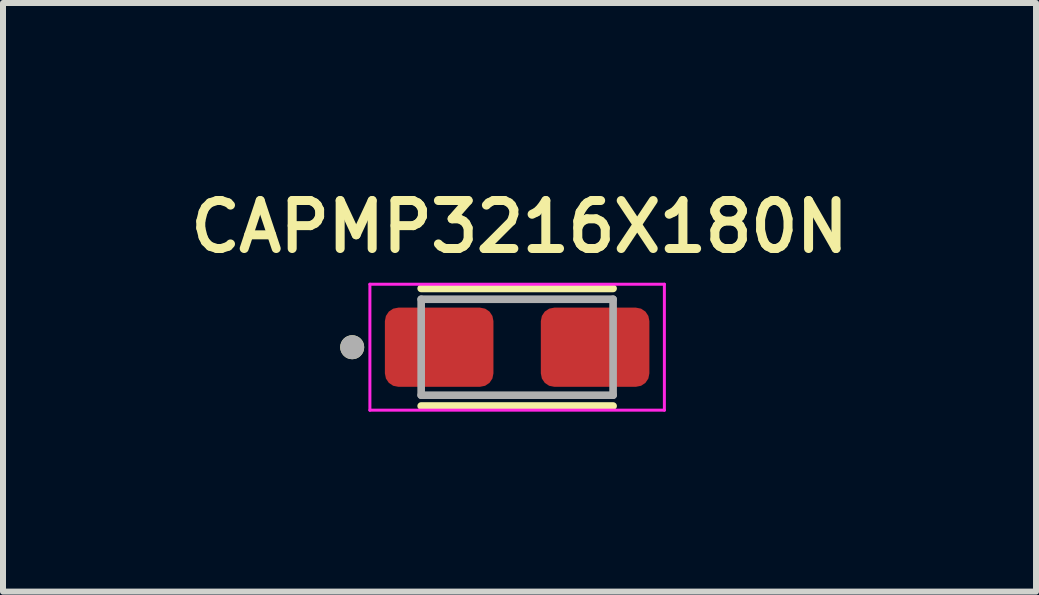
<source format=kicad_pcb>
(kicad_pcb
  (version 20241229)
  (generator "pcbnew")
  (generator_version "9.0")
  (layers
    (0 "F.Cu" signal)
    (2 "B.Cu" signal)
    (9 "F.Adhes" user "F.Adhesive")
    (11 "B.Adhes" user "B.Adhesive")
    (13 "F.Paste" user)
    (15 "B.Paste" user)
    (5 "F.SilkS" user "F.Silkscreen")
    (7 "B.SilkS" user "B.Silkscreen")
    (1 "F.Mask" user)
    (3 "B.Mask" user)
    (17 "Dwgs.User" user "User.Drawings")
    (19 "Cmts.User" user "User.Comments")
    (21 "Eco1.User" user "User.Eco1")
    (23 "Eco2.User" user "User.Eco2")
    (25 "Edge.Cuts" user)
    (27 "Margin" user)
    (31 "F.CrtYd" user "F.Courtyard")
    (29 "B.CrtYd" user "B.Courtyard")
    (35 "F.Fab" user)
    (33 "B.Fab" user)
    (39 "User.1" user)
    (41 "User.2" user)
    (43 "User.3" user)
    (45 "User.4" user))
  (footprint "CAPMP3216X180N"
    (layer "F.Cu")
    (at 5.572 2.739)
    (property "Reference" "CAPMP3216X180N" (at 0.04 -2.008 0) (layer "F.SilkS") (effects (font (size 0.8 0.8) (thickness 0.15))))
    (attr smd)
    (fp_line (start -1.6 -0.98) (end 1.6 -0.98) (stroke (width 0.127) (type solid)) (layer "F.SilkS"))
    (fp_line (start -1.6 0.98) (end 1.6 0.98) (stroke (width 0.127) (type solid)) (layer "F.SilkS"))
    (fp_circle (center -2.75 0) (end -2.65 0) (stroke (width 0.2) (type solid)) (fill no) (layer "F.SilkS"))
    (fp_line (start -2.455 -1.05) (end 2.455 -1.05) (stroke (width 0.05) (type solid)) (layer "F.CrtYd"))
    (fp_line (start -2.455 1.05) (end -2.455 -1.05) (stroke (width 0.05) (type solid)) (layer "F.CrtYd"))
    (fp_line (start 2.455 -1.05) (end 2.455 1.05) (stroke (width 0.05) (type solid)) (layer "F.CrtYd"))
    (fp_line (start 2.455 1.05) (end -2.455 1.05) (stroke (width 0.05) (type solid)) (layer "F.CrtYd"))
    (fp_line (start -1.6 -0.8) (end -1.6 0.8) (stroke (width 0.127) (type solid)) (layer "F.Fab"))
    (fp_line (start -1.6 0.8) (end 1.6 0.8) (stroke (width 0.127) (type solid)) (layer "F.Fab"))
    (fp_line (start 1.6 -0.8) (end -1.6 -0.8) (stroke (width 0.127) (type solid)) (layer "F.Fab"))
    (fp_line (start 1.6 0.8) (end 1.6 -0.8) (stroke (width 0.127) (type solid)) (layer "F.Fab"))
    (fp_circle (center -2.75 0) (end -2.65 0) (stroke (width 0.2) (type solid)) (fill no) (layer "F.Fab"))
    (pad "1" smd roundrect (at -1.3 0) (size 1.81 1.32) (layers "F.Cu" "F.Mask" "F.Paste") (roundrect_rratio 0.17))
    (pad "2" smd roundrect (at 1.3 0) (size 1.81 1.32) (layers "F.Cu" "F.Mask" "F.Paste") (roundrect_rratio 0.17)))
  (gr_rect
    (start -3 -3)
    (end 14.223 6.814)
    (stroke (width 0.1) (type default))
    (fill no)
    (layer "Edge.Cuts")))
</source>
